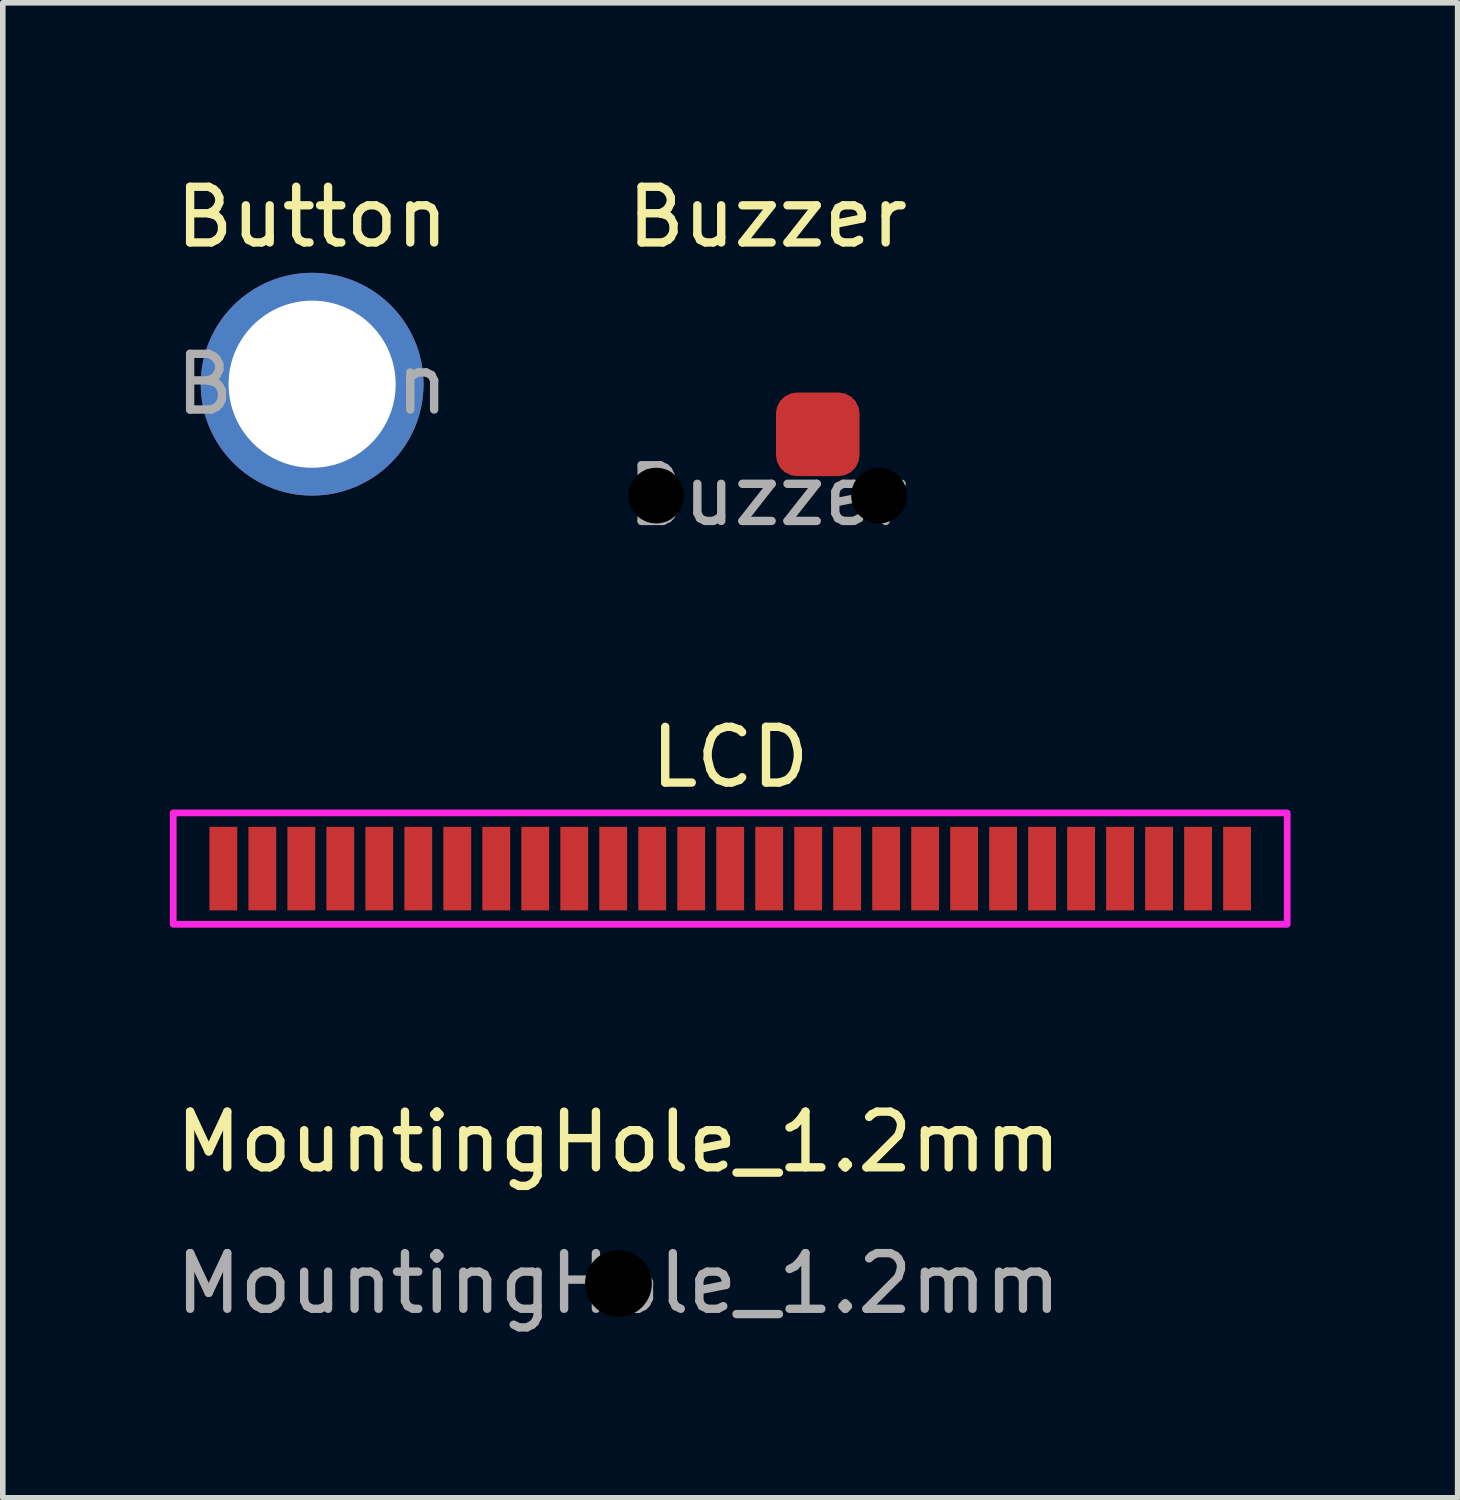
<source format=kicad_pcb>
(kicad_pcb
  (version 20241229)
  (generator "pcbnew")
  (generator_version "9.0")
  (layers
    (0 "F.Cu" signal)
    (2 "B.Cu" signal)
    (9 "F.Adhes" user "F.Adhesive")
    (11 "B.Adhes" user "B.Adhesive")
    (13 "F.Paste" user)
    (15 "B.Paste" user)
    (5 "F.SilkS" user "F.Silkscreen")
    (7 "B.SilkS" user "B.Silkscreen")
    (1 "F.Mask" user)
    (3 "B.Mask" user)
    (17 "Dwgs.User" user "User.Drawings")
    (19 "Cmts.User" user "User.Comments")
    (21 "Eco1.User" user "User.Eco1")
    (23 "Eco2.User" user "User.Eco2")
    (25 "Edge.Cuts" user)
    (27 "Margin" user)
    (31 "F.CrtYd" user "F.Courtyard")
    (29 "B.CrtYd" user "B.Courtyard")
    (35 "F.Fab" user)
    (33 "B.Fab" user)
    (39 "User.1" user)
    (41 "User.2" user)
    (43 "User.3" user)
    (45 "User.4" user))
  (footprint "LCD"
    (layer "F.Cu")
    (at 10.06 12.545)
    (property "Reference" "LCD" (at 0 -2 0) (layer "F.SilkS") (effects (font (size 1 1) (thickness 0.15))))
    (attr smd)
    (fp_rect (start -10 -1) (end 10 1) (stroke (width 0.12) (type solid)) (fill no) (layer "F.CrtYd"))
    (pad "1" smd rect (at -9.1 0) (size 0.5 1.5) (layers "F.Cu" "F.Mask" "F.Paste"))
    (pad "2" smd rect (at -8.4 0) (size 0.5 1.5) (layers "F.Cu" "F.Mask" "F.Paste"))
    (pad "3" smd rect (at -7.7 0) (size 0.5 1.5) (layers "F.Cu" "F.Mask" "F.Paste"))
    (pad "4" smd rect (at -7 0) (size 0.5 1.5) (layers "F.Cu" "F.Mask" "F.Paste"))
    (pad "5" smd rect (at -6.3 0) (size 0.5 1.5) (layers "F.Cu" "F.Mask" "F.Paste"))
    (pad "6" smd rect (at -5.6 0) (size 0.5 1.5) (layers "F.Cu" "F.Mask" "F.Paste"))
    (pad "7" smd rect (at -4.9 0) (size 0.5 1.5) (layers "F.Cu" "F.Mask" "F.Paste"))
    (pad "8" smd rect (at -4.2 0) (size 0.5 1.5) (layers "F.Cu" "F.Mask" "F.Paste"))
    (pad "9" smd rect (at -3.5 0) (size 0.5 1.5) (layers "F.Cu" "F.Mask" "F.Paste"))
    (pad "10" smd rect (at -2.8 0) (size 0.5 1.5) (layers "F.Cu" "F.Mask" "F.Paste"))
    (pad "11" smd rect (at -2.1 0) (size 0.5 1.5) (layers "F.Cu" "F.Mask" "F.Paste"))
    (pad "12" smd rect (at -1.4 0) (size 0.5 1.5) (layers "F.Cu" "F.Mask" "F.Paste"))
    (pad "13" smd rect (at -0.7 0) (size 0.5 1.5) (layers "F.Cu" "F.Mask" "F.Paste"))
    (pad "14" smd rect (at 0 0) (size 0.5 1.5) (layers "F.Cu" "F.Mask" "F.Paste"))
    (pad "15" smd rect (at 0.7 0) (size 0.5 1.5) (layers "F.Cu" "F.Mask" "F.Paste"))
    (pad "16" smd rect (at 1.4 0) (size 0.5 1.5) (layers "F.Cu" "F.Mask" "F.Paste"))
    (pad "17" smd rect (at 2.1 0) (size 0.5 1.5) (layers "F.Cu" "F.Mask" "F.Paste"))
    (pad "18" smd rect (at 2.8 0) (size 0.5 1.5) (layers "F.Cu" "F.Mask" "F.Paste"))
    (pad "19" smd rect (at 3.5 0) (size 0.5 1.5) (layers "F.Cu" "F.Mask" "F.Paste"))
    (pad "20" smd rect (at 4.2 0) (size 0.5 1.5) (layers "F.Cu" "F.Mask" "F.Paste"))
    (pad "21" smd rect (at 4.9 0) (size 0.5 1.5) (layers "F.Cu" "F.Mask" "F.Paste"))
    (pad "22" smd rect (at 5.6 0) (size 0.5 1.5) (layers "F.Cu" "F.Mask" "F.Paste"))
    (pad "23" smd rect (at 6.3 0) (size 0.5 1.5) (layers "F.Cu" "F.Mask" "F.Paste"))
    (pad "24" smd rect (at 7 0) (size 0.5 1.5) (layers "F.Cu" "F.Mask" "F.Paste"))
    (pad "25" smd rect (at 7.7 0) (size 0.5 1.5) (layers "F.Cu" "F.Mask" "F.Paste"))
    (pad "26" smd rect (at 8.4 0) (size 0.5 1.5) (layers "F.Cu" "F.Mask" "F.Paste"))
    (pad "27" smd rect (at 9.1 0) (size 0.5 1.5) (layers "F.Cu" "F.Mask" "F.Paste")))
  (footprint "Button"
    (layer "F.Cu")
    (at 2.554 3.848)
    (property "Reference" "Button" (at 0 -3 0) (unlocked yes) (layer "F.SilkS") (effects (font (size 1 1) (thickness 0.15))))
    (attr smd)
    (fp_text user "${REFERENCE}" (at 0 0 0) (unlocked yes) (layer "F.Fab") (effects (font (size 1 1) (thickness 0.15))))
    (pad "1" thru_hole circle (at 0 0) (size 4 4) (drill 3) (property pad_prop_castellated) (layers "*.Cu" "*.Mask")))
  (footprint "MountingHole_1.2mm"
    (layer "F.Cu")
    (at 8.054 19.993)
    (property "Reference" "MountingHole_1.2mm" (at 0 -2.54 0) (layer "F.SilkS") (effects (font (size 1 1) (thickness 0.15))))
    (attr exclude_from_pos_files exclude_from_bom)
    (fp_text user "${REFERENCE}" (at 0 0 0) (layer "F.Fab") (effects (font (size 1 1) (thickness 0.15))))
    (pad "" np_thru_hole circle (at 0 0) (size 1.2 1.2) (drill 1.2) (layers "*.Mask")))
  (footprint "Buzzer"
    (layer "F.Cu")
    (at 10.732 5.848)
    (property "Reference" "Buzzer" (at 0 -5 0) (unlocked yes) (layer "F.SilkS") (effects (font (size 1 1) (thickness 0.15))))
    (attr smd)
    (fp_text user "${REFERENCE}" (at 0 0 0) (unlocked yes) (layer "F.Fab") (effects (font (size 1 1) (thickness 0.15))))
    (pad "" np_thru_hole circle (at -2 0) (size 1 1) (drill 1) (layers "*.Mask"))
    (pad "" np_thru_hole circle (at 2 0) (size 1 1) (drill 1) (layers "*.Mask"))
    (pad "2" smd roundrect (at 0.9 -1.1) (size 1.5 1.5) (layers "F.Cu" "F.Mask" "F.Paste") (roundrect_rratio 0.25)))
  (gr_rect
    (start -3 -3)
    (end 23.12 23.841)
    (stroke (width 0.1) (type default))
    (fill no)
    (layer "Edge.Cuts")))
</source>
